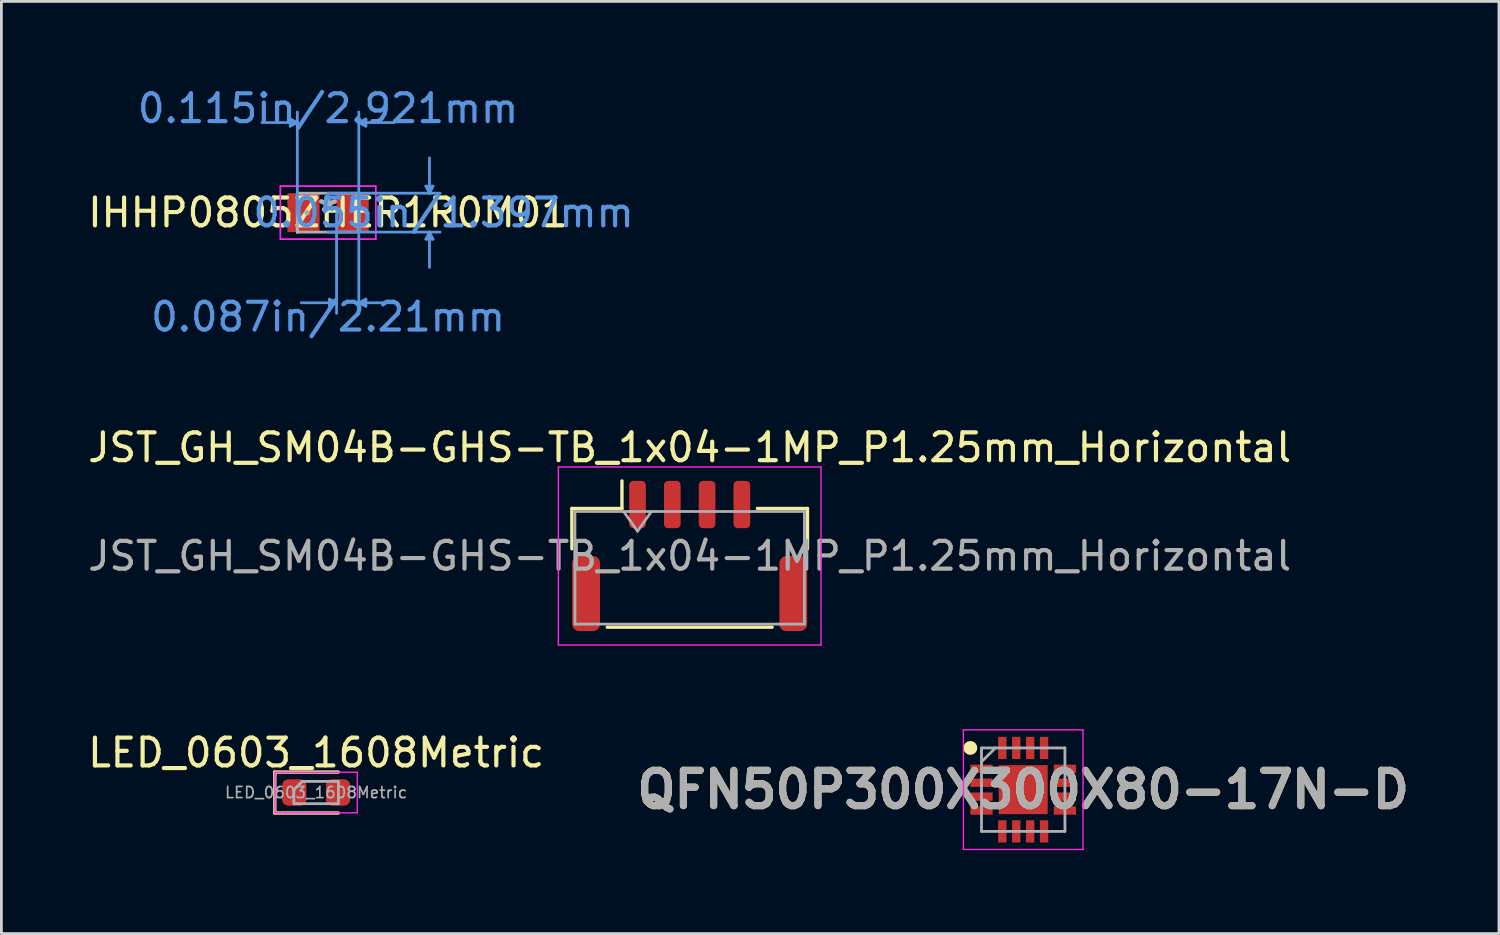
<source format=kicad_pcb>
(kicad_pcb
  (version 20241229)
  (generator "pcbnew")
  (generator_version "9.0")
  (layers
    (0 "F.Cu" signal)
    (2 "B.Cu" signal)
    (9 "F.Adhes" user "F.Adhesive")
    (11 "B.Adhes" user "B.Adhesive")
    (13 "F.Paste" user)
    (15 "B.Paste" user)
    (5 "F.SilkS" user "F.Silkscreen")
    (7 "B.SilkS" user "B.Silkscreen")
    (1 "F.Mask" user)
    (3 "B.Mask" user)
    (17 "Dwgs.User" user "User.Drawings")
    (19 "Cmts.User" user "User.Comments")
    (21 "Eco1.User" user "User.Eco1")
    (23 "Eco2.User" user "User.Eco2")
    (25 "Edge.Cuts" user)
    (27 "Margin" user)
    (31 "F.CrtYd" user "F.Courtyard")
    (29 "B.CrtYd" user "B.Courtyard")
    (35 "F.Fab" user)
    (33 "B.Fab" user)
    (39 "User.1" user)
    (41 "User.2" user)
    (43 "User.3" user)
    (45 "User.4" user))
  (footprint "IHHP0805ZHER1R0M01"
    (layer "F.Cu")
    (at 8.744 4.595)
    (property "Reference" "IHHP0805ZHER1R0M01" (at 0 0 0) (layer "F.SilkS") (effects (font (size 1 1) (thickness 0.15))))
    (attr through_hole)
    (fp_line (start -1.359 -3.365) (end -1.359 -3.111) (stroke (width 0.1) (type solid)) (layer "Cmts.User"))
    (fp_line (start -1.105 -3.239) (end -2.375 -3.239) (stroke (width 0.1) (type solid)) (layer "Cmts.User"))
    (fp_line (start -1.105 -3.239) (end -1.359 -3.365) (stroke (width 0.1) (type solid)) (layer "Cmts.User"))
    (fp_line (start -1.105 -3.239) (end -1.359 -3.111) (stroke (width 0.1) (type solid)) (layer "Cmts.User"))
    (fp_line (start -1.105 0) (end -1.105 -3.619) (stroke (width 0.1) (type solid)) (layer "Cmts.User"))
    (fp_line (start 0 -0.699) (end 4.026 -0.699) (stroke (width 0.1) (type solid)) (layer "Cmts.User"))
    (fp_line (start 0 0.699) (end 4.026 0.699) (stroke (width 0.1) (type solid)) (layer "Cmts.User"))
    (fp_line (start 0.051 3.111) (end 0.051 3.365) (stroke (width 0.1) (type solid)) (layer "Cmts.User"))
    (fp_line (start 0.305 0) (end 0.305 3.619) (stroke (width 0.1) (type solid)) (layer "Cmts.User"))
    (fp_line (start 0.305 3.239) (end -0.965 3.239) (stroke (width 0.1) (type solid)) (layer "Cmts.User"))
    (fp_line (start 0.305 3.239) (end 0.051 3.111) (stroke (width 0.1) (type solid)) (layer "Cmts.User"))
    (fp_line (start 0.305 3.239) (end 0.051 3.365) (stroke (width 0.1) (type solid)) (layer "Cmts.User"))
    (fp_line (start 1.105 -3.239) (end 1.359 -3.365) (stroke (width 0.1) (type solid)) (layer "Cmts.User"))
    (fp_line (start 1.105 -3.239) (end 1.359 -3.111) (stroke (width 0.1) (type solid)) (layer "Cmts.User"))
    (fp_line (start 1.105 -3.239) (end 2.375 -3.239) (stroke (width 0.1) (type solid)) (layer "Cmts.User"))
    (fp_line (start 1.105 0) (end 1.105 -3.619) (stroke (width 0.1) (type solid)) (layer "Cmts.User"))
    (fp_line (start 1.105 0) (end 1.105 3.619) (stroke (width 0.1) (type solid)) (layer "Cmts.User"))
    (fp_line (start 1.105 3.239) (end 1.359 3.111) (stroke (width 0.1) (type solid)) (layer "Cmts.User"))
    (fp_line (start 1.105 3.239) (end 1.359 3.365) (stroke (width 0.1) (type solid)) (layer "Cmts.User"))
    (fp_line (start 1.105 3.239) (end 2.375 3.239) (stroke (width 0.1) (type solid)) (layer "Cmts.User"))
    (fp_line (start 1.359 -3.365) (end 1.359 -3.111) (stroke (width 0.1) (type solid)) (layer "Cmts.User"))
    (fp_line (start 1.359 3.111) (end 1.359 3.365) (stroke (width 0.1) (type solid)) (layer "Cmts.User"))
    (fp_line (start 3.518 -0.953) (end 3.772 -0.953) (stroke (width 0.1) (type solid)) (layer "Cmts.User"))
    (fp_line (start 3.518 0.953) (end 3.772 0.953) (stroke (width 0.1) (type solid)) (layer "Cmts.User"))
    (fp_line (start 3.645 -0.699) (end 3.518 -0.953) (stroke (width 0.1) (type solid)) (layer "Cmts.User"))
    (fp_line (start 3.645 -0.699) (end 3.645 -1.968) (stroke (width 0.1) (type solid)) (layer "Cmts.User"))
    (fp_line (start 3.645 -0.699) (end 3.772 -0.953) (stroke (width 0.1) (type solid)) (layer "Cmts.User"))
    (fp_line (start 3.645 0.699) (end 3.518 0.953) (stroke (width 0.1) (type solid)) (layer "Cmts.User"))
    (fp_line (start 3.645 0.699) (end 3.645 1.968) (stroke (width 0.1) (type solid)) (layer "Cmts.User"))
    (fp_line (start 3.645 0.699) (end 3.772 0.953) (stroke (width 0.1) (type solid)) (layer "Cmts.User"))
    (fp_line (start -1.714 -0.953) (end 1.714 -0.953) (stroke (width 0.05) (type solid)) (layer "F.CrtYd"))
    (fp_line (start -1.714 -0.953) (end 1.714 -0.953) (stroke (width 0.05) (type solid)) (layer "F.CrtYd"))
    (fp_line (start -1.714 0.953) (end -1.714 -0.953) (stroke (width 0.05) (type solid)) (layer "F.CrtYd"))
    (fp_line (start -1.714 0.953) (end -1.714 -0.953) (stroke (width 0.05) (type solid)) (layer "F.CrtYd"))
    (fp_line (start 1.714 -0.953) (end 1.714 0.953) (stroke (width 0.05) (type solid)) (layer "F.CrtYd"))
    (fp_line (start 1.714 -0.953) (end 1.714 0.953) (stroke (width 0.05) (type solid)) (layer "F.CrtYd"))
    (fp_line (start 1.714 0.953) (end -1.714 0.953) (stroke (width 0.05) (type solid)) (layer "F.CrtYd"))
    (fp_line (start 1.714 0.953) (end -1.714 0.953) (stroke (width 0.05) (type solid)) (layer "F.CrtYd"))
    (fp_line (start -1.105 -0.699) (end -1.105 -0.699) (stroke (width 0.1) (type solid)) (layer "F.Fab"))
    (fp_line (start -1.105 -0.699) (end -1.105 0.699) (stroke (width 0.1) (type solid)) (layer "F.Fab"))
    (fp_line (start -1.105 -0.699) (end -1.105 0.699) (stroke (width 0.1) (type solid)) (layer "F.Fab"))
    (fp_line (start -1.105 0.699) (end -1.105 -0.699) (stroke (width 0.1) (type solid)) (layer "F.Fab"))
    (fp_line (start -1.105 0.699) (end -1.105 0.699) (stroke (width 0.1) (type solid)) (layer "F.Fab"))
    (fp_line (start -1.105 0.699) (end 1.105 0.699) (stroke (width 0.1) (type solid)) (layer "F.Fab"))
    (fp_line (start 1.105 -0.699) (end -1.105 -0.699) (stroke (width 0.1) (type solid)) (layer "F.Fab"))
    (fp_line (start 1.105 -0.699) (end 1.105 -0.699) (stroke (width 0.1) (type solid)) (layer "F.Fab"))
    (fp_line (start 1.105 -0.699) (end 1.105 0.699) (stroke (width 0.1) (type solid)) (layer "F.Fab"))
    (fp_line (start 1.105 0.699) (end 1.105 -0.699) (stroke (width 0.1) (type solid)) (layer "F.Fab"))
    (fp_line (start 1.105 0.699) (end 1.105 -0.699) (stroke (width 0.1) (type solid)) (layer "F.Fab"))
    (fp_line (start 1.105 0.699) (end 1.105 0.699) (stroke (width 0.1) (type solid)) (layer "F.Fab"))
    (fp_circle (center -0.756 0) (end -0.756 0) (stroke (width 0.1) (type solid)) (fill no) (layer "F.Fab"))
    (fp_text user "*" (at 0 0 0) (layer "F.SilkS") (effects (font (size 1 1) (thickness 0.15))))
    (fp_text user "0.055in/1.397mm" (at 4.153 0 0) (layer "Cmts.User") (effects (font (size 1 1) (thickness 0.15))))
    (fp_text user "Copyright 2021 Accelerated Designs. All rights reserved." (at 0 0 0) (layer "Cmts.User") (effects (font (size 0.127 0.127) (thickness 0.002))))
    (fp_text user "0.087in/2.21mm" (at 0 3.747 0) (layer "Cmts.User") (effects (font (size 1 1) (thickness 0.15))))
    (fp_text user "0.115in/2.921mm" (at 0 -3.747 0) (layer "Cmts.User") (effects (font (size 1 1) (thickness 0.15))))
    (fp_text user "*" (at 0 0 0) (layer "F.Fab") (effects (font (size 1 1) (thickness 0.15))))
    (pad "1" smd rect (at -0.883 0) (size 1.156 1.397) (layers "F.Cu" "F.Mask" "F.Paste"))
    (pad "2" smd rect (at 0.883 0) (size 1.156 1.397) (layers "F.Cu" "F.Mask" "F.Paste")))
  (footprint "QFN50P300X300X80-17N-D"
    (layer "F.Cu")
    (at 33.734 25.338)
    (property "Reference" "QFN50P300X300X80-17N-D" (at 0 0 0) (layer "F.SilkS") (effects (font (size 1.27 1.27) (thickness 0.254))))
    (attr smd)
    (fp_circle (center -1.9 -1.5) (end -1.9 -1.375) (stroke (width 0.25) (type solid)) (fill no) (layer "F.SilkS"))
    (fp_line (start -2.15 -2.15) (end 2.15 -2.15) (stroke (width 0.05) (type solid)) (layer "F.CrtYd"))
    (fp_line (start -2.15 2.15) (end -2.15 -2.15) (stroke (width 0.05) (type solid)) (layer "F.CrtYd"))
    (fp_line (start 2.15 -2.15) (end 2.15 2.15) (stroke (width 0.05) (type solid)) (layer "F.CrtYd"))
    (fp_line (start 2.15 2.15) (end -2.15 2.15) (stroke (width 0.05) (type solid)) (layer "F.CrtYd"))
    (fp_line (start -1.5 -1.5) (end 1.5 -1.5) (stroke (width 0.1) (type solid)) (layer "F.Fab"))
    (fp_line (start -1.5 -1) (end -1 -1.5) (stroke (width 0.1) (type solid)) (layer "F.Fab"))
    (fp_line (start -1.5 1.5) (end -1.5 -1.5) (stroke (width 0.1) (type solid)) (layer "F.Fab"))
    (fp_line (start 1.5 -1.5) (end 1.5 1.5) (stroke (width 0.1) (type solid)) (layer "F.Fab"))
    (fp_line (start 1.5 1.5) (end -1.5 1.5) (stroke (width 0.1) (type solid)) (layer "F.Fab"))
    (fp_text user "${REFERENCE}" (at 0 0 0) (layer "F.Fab") (effects (font (size 1.27 1.27) (thickness 0.254))))
    (pad "1" smd rect (at -1.5 -0.75 90) (size 0.3 0.8) (layers "F.Cu" "F.Mask" "F.Paste"))
    (pad "2" smd rect (at -1.5 -0.25 90) (size 0.3 0.8) (layers "F.Cu" "F.Mask" "F.Paste"))
    (pad "3" smd rect (at -1.5 0.25 90) (size 0.3 0.8) (layers "F.Cu" "F.Mask" "F.Paste"))
    (pad "4" smd rect (at -1.5 0.75 90) (size 0.3 0.8) (layers "F.Cu" "F.Mask" "F.Paste"))
    (pad "5" smd rect (at -0.75 1.5) (size 0.3 0.8) (layers "F.Cu" "F.Mask" "F.Paste"))
    (pad "6" smd rect (at -0.25 1.5) (size 0.3 0.8) (layers "F.Cu" "F.Mask" "F.Paste"))
    (pad "7" smd rect (at 0.25 1.5) (size 0.3 0.8) (layers "F.Cu" "F.Mask" "F.Paste"))
    (pad "8" smd rect (at 0.75 1.5) (size 0.3 0.8) (layers "F.Cu" "F.Mask" "F.Paste"))
    (pad "9" smd rect (at 1.5 0.75 90) (size 0.3 0.8) (layers "F.Cu" "F.Mask" "F.Paste"))
    (pad "10" smd rect (at 1.5 0.25 90) (size 0.3 0.8) (layers "F.Cu" "F.Mask" "F.Paste"))
    (pad "11" smd rect (at 1.5 -0.25 90) (size 0.3 0.8) (layers "F.Cu" "F.Mask" "F.Paste"))
    (pad "12" smd rect (at 1.5 -0.75 90) (size 0.3 0.8) (layers "F.Cu" "F.Mask" "F.Paste"))
    (pad "13" smd rect (at 0.75 -1.5) (size 0.3 0.8) (layers "F.Cu" "F.Mask" "F.Paste"))
    (pad "14" smd rect (at 0.25 -1.5) (size 0.3 0.8) (layers "F.Cu" "F.Mask" "F.Paste"))
    (pad "15" smd rect (at -0.25 -1.5) (size 0.3 0.8) (layers "F.Cu" "F.Mask" "F.Paste"))
    (pad "16" smd rect (at -0.75 -1.5) (size 0.3 0.8) (layers "F.Cu" "F.Mask" "F.Paste"))
    (pad "17" smd rect (at 0 0) (size 1.76 1.76) (layers "F.Cu" "F.Mask" "F.Paste")))
  (footprint "JST_GH_SM04B-GHS-TB_1x04-1MP_P1.25mm_Horizontal"
    (layer "F.Cu")
    (at 21.744 16.938)
    (property "Reference" "JST_GH_SM04B-GHS-TB_1x04-1MP_P1.25mm_Horizontal" (at 0 -3.9 0) (layer "F.SilkS") (effects (font (size 1 1) (thickness 0.15))))
    (attr smd)
    (fp_line (start -4.235 -1.71) (end -2.435 -1.71) (stroke (width 0.12) (type solid)) (layer "F.SilkS"))
    (fp_line (start -4.235 -0.26) (end -4.235 -1.71) (stroke (width 0.12) (type solid)) (layer "F.SilkS"))
    (fp_line (start -2.965 2.56) (end 2.965 2.56) (stroke (width 0.12) (type solid)) (layer "F.SilkS"))
    (fp_line (start -2.435 -1.71) (end -2.435 -2.7) (stroke (width 0.12) (type solid)) (layer "F.SilkS"))
    (fp_line (start 4.235 -1.71) (end 2.435 -1.71) (stroke (width 0.12) (type solid)) (layer "F.SilkS"))
    (fp_line (start 4.235 -0.26) (end 4.235 -1.71) (stroke (width 0.12) (type solid)) (layer "F.SilkS"))
    (fp_line (start -4.72 -3.2) (end -4.72 3.2) (stroke (width 0.05) (type solid)) (layer "F.CrtYd"))
    (fp_line (start -4.72 3.2) (end 4.72 3.2) (stroke (width 0.05) (type solid)) (layer "F.CrtYd"))
    (fp_line (start 4.72 -3.2) (end -4.72 -3.2) (stroke (width 0.05) (type solid)) (layer "F.CrtYd"))
    (fp_line (start 4.72 3.2) (end 4.72 -3.2) (stroke (width 0.05) (type solid)) (layer "F.CrtYd"))
    (fp_line (start -4.125 -1.6) (end -4.125 2.45) (stroke (width 0.1) (type solid)) (layer "F.Fab"))
    (fp_line (start -4.125 -1.6) (end 4.125 -1.6) (stroke (width 0.1) (type solid)) (layer "F.Fab"))
    (fp_line (start -4.125 2.45) (end 4.125 2.45) (stroke (width 0.1) (type solid)) (layer "F.Fab"))
    (fp_line (start -2.375 -1.6) (end -1.875 -0.893) (stroke (width 0.1) (type solid)) (layer "F.Fab"))
    (fp_line (start -1.875 -0.893) (end -1.375 -1.6) (stroke (width 0.1) (type solid)) (layer "F.Fab"))
    (fp_line (start 4.125 -1.6) (end 4.125 2.45) (stroke (width 0.1) (type solid)) (layer "F.Fab"))
    (fp_text user "${REFERENCE}" (at 0 0 0) (layer "F.Fab") (effects (font (size 1 1) (thickness 0.15))))
    (pad "1" smd roundrect (at -1.875 -1.85 180) (size 0.6 1.7) (layers "F.Cu" "F.Mask" "F.Paste") (roundrect_rratio 0.25))
    (pad "2" smd roundrect (at -0.625 -1.85 180) (size 0.6 1.7) (layers "F.Cu" "F.Mask" "F.Paste") (roundrect_rratio 0.25))
    (pad "3" smd roundrect (at 0.625 -1.85 180) (size 0.6 1.7) (layers "F.Cu" "F.Mask" "F.Paste") (roundrect_rratio 0.25))
    (pad "4" smd roundrect (at 1.875 -1.85 180) (size 0.6 1.7) (layers "F.Cu" "F.Mask" "F.Paste") (roundrect_rratio 0.25))
    (pad "MP" smd roundrect (at -3.725 1.35 180) (size 1 2.7) (layers "F.Cu" "F.Mask" "F.Paste") (roundrect_rratio 0.25))
    (pad "MP" smd roundrect (at 3.725 1.35 180) (size 1 2.7) (layers "F.Cu" "F.Mask" "F.Paste") (roundrect_rratio 0.25)))
  (footprint "LED_0603_1608Metric"
    (layer "F.Cu")
    (at 8.315 25.441)
    (property "Reference" "LED_0603_1608Metric" (at 0 -1.43 0) (layer "F.SilkS") (effects (font (size 1 1) (thickness 0.15))))
    (attr smd)
    (fp_line (start -1.485 -0.735) (end -1.485 0.735) (stroke (width 0.12) (type solid)) (layer "F.SilkS"))
    (fp_line (start -1.485 0.735) (end 0.8 0.735) (stroke (width 0.12) (type solid)) (layer "F.SilkS"))
    (fp_line (start 0.8 -0.735) (end -1.485 -0.735) (stroke (width 0.12) (type solid)) (layer "F.SilkS"))
    (fp_line (start -1.48 -0.73) (end 1.48 -0.73) (stroke (width 0.05) (type solid)) (layer "F.CrtYd"))
    (fp_line (start -1.48 0.73) (end -1.48 -0.73) (stroke (width 0.05) (type solid)) (layer "F.CrtYd"))
    (fp_line (start 1.48 -0.73) (end 1.48 0.73) (stroke (width 0.05) (type solid)) (layer "F.CrtYd"))
    (fp_line (start 1.48 0.73) (end -1.48 0.73) (stroke (width 0.05) (type solid)) (layer "F.CrtYd"))
    (fp_line (start -0.8 -0.1) (end -0.8 0.4) (stroke (width 0.1) (type solid)) (layer "F.Fab"))
    (fp_line (start -0.8 0.4) (end 0.8 0.4) (stroke (width 0.1) (type solid)) (layer "F.Fab"))
    (fp_line (start -0.5 -0.4) (end -0.8 -0.1) (stroke (width 0.1) (type solid)) (layer "F.Fab"))
    (fp_line (start 0.8 -0.4) (end -0.5 -0.4) (stroke (width 0.1) (type solid)) (layer "F.Fab"))
    (fp_line (start 0.8 0.4) (end 0.8 -0.4) (stroke (width 0.1) (type solid)) (layer "F.Fab"))
    (fp_text user "${REFERENCE}" (at 0 0 0) (layer "F.Fab") (effects (font (size 0.4 0.4) (thickness 0.06))))
    (pad "1" smd roundrect (at -0.787 0) (size 0.875 0.95) (layers "F.Cu" "F.Mask" "F.Paste") (roundrect_rratio 0.25))
    (pad "2" smd roundrect (at 0.787 0) (size 0.875 0.95) (layers "F.Cu" "F.Mask" "F.Paste") (roundrect_rratio 0.25)))
  (gr_rect
    (start -3 -3)
    (end 50.837 30.513)
    (stroke (width 0.1) (type default))
    (fill no)
    (layer "Edge.Cuts")))
</source>
